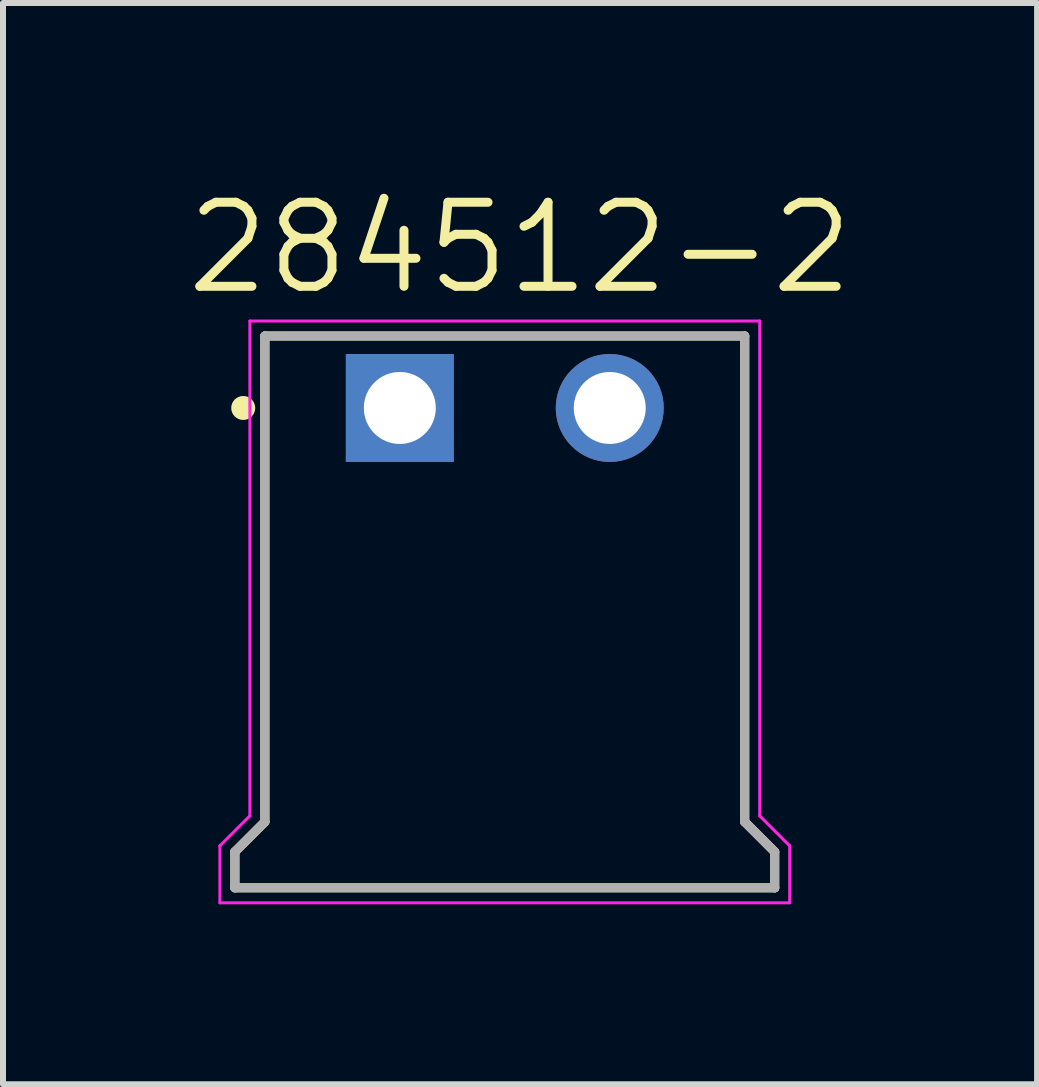
<source format=kicad_pcb>
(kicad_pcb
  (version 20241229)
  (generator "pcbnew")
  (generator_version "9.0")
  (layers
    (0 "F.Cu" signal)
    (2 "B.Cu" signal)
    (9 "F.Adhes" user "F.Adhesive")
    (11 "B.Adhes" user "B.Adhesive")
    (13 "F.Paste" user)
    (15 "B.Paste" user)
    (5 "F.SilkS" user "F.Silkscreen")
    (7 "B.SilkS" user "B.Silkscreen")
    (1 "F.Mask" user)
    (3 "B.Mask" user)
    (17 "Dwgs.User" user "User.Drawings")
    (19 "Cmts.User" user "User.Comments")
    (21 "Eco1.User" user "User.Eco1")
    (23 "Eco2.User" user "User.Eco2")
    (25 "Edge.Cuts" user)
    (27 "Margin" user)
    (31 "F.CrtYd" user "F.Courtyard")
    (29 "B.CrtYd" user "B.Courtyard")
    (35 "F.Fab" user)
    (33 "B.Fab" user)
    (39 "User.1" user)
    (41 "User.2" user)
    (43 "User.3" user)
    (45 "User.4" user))
  (footprint "284512-2"
    (layer "F.Cu")
    (at 5.366 7.152)
    (property "Reference" "284512-2" (at 0.254 -6.069 0) (layer "F.SilkS") (effects (font (size 1.401 1.401) (thickness 0.15))))
    (attr through_hole)
    (fp_line (start -4.5 4) (end -4 3.5) (stroke (width 0.152) (type solid)) (layer "F.SilkS"))
    (fp_line (start -4.5 4.6) (end -4.5 4) (stroke (width 0.152) (type solid)) (layer "F.SilkS"))
    (fp_line (start -4 -4.6) (end 4 -4.6) (stroke (width 0.152) (type solid)) (layer "F.SilkS"))
    (fp_line (start -4 3.5) (end -4 -4.6) (stroke (width 0.152) (type solid)) (layer "F.SilkS"))
    (fp_line (start 4 -4.6) (end 4 3.5) (stroke (width 0.152) (type solid)) (layer "F.SilkS"))
    (fp_line (start 4 3.5) (end 4.5 4) (stroke (width 0.152) (type solid)) (layer "F.SilkS"))
    (fp_line (start 4.5 4) (end 4.5 4.6) (stroke (width 0.152) (type solid)) (layer "F.SilkS"))
    (fp_line (start 4.5 4.6) (end -4.5 4.6) (stroke (width 0.152) (type solid)) (layer "F.SilkS"))
    (fp_circle (center -4.361 -3.4) (end -4.261 -3.4) (stroke (width 0.2) (type solid)) (fill no) (layer "F.SilkS"))
    (fp_line (start -4.75 3.9) (end -4.75 4.85) (stroke (width 0.05) (type solid)) (layer "F.CrtYd"))
    (fp_line (start -4.75 4.85) (end 4.75 4.85) (stroke (width 0.05) (type solid)) (layer "F.CrtYd"))
    (fp_line (start -4.25 -4.85) (end -4.25 3.4) (stroke (width 0.05) (type solid)) (layer "F.CrtYd"))
    (fp_line (start -4.25 3.4) (end -4.75 3.9) (stroke (width 0.05) (type solid)) (layer "F.CrtYd"))
    (fp_line (start 4.25 -4.85) (end -4.25 -4.85) (stroke (width 0.05) (type solid)) (layer "F.CrtYd"))
    (fp_line (start 4.25 3.4) (end 4.25 -4.85) (stroke (width 0.05) (type solid)) (layer "F.CrtYd"))
    (fp_line (start 4.75 3.9) (end 4.25 3.4) (stroke (width 0.05) (type solid)) (layer "F.CrtYd"))
    (fp_line (start 4.75 4.85) (end 4.75 3.9) (stroke (width 0.05) (type solid)) (layer "F.CrtYd"))
    (fp_line (start -4.5 4) (end -4.5 4.6) (stroke (width 0.152) (type solid)) (layer "F.Fab"))
    (fp_line (start -4.5 4.6) (end 4.5 4.6) (stroke (width 0.152) (type solid)) (layer "F.Fab"))
    (fp_line (start -4 -4.6) (end -4 3.5) (stroke (width 0.152) (type solid)) (layer "F.Fab"))
    (fp_line (start -4 3.5) (end -4.5 4) (stroke (width 0.152) (type solid)) (layer "F.Fab"))
    (fp_line (start 4 -4.6) (end -4 -4.6) (stroke (width 0.152) (type solid)) (layer "F.Fab"))
    (fp_line (start 4 3.5) (end 4 -4.6) (stroke (width 0.152) (type solid)) (layer "F.Fab"))
    (fp_line (start 4.5 4) (end 4 3.5) (stroke (width 0.152) (type solid)) (layer "F.Fab"))
    (fp_line (start 4.5 4.6) (end 4.5 4) (stroke (width 0.152) (type solid)) (layer "F.Fab"))
    (pad "1" thru_hole rect (at -1.75 -3.4) (size 1.8 1.8) (drill 1.2) (layers "*.Cu" "*.Mask"))
    (pad "2" thru_hole circle (at 1.75 -3.4) (size 1.8 1.8) (drill 1.2) (layers "*.Cu" "*.Mask")))
  (gr_rect
    (start -3 -3)
    (end 14.241 15.027)
    (stroke (width 0.1) (type default))
    (fill no)
    (layer "Edge.Cuts")))
</source>
